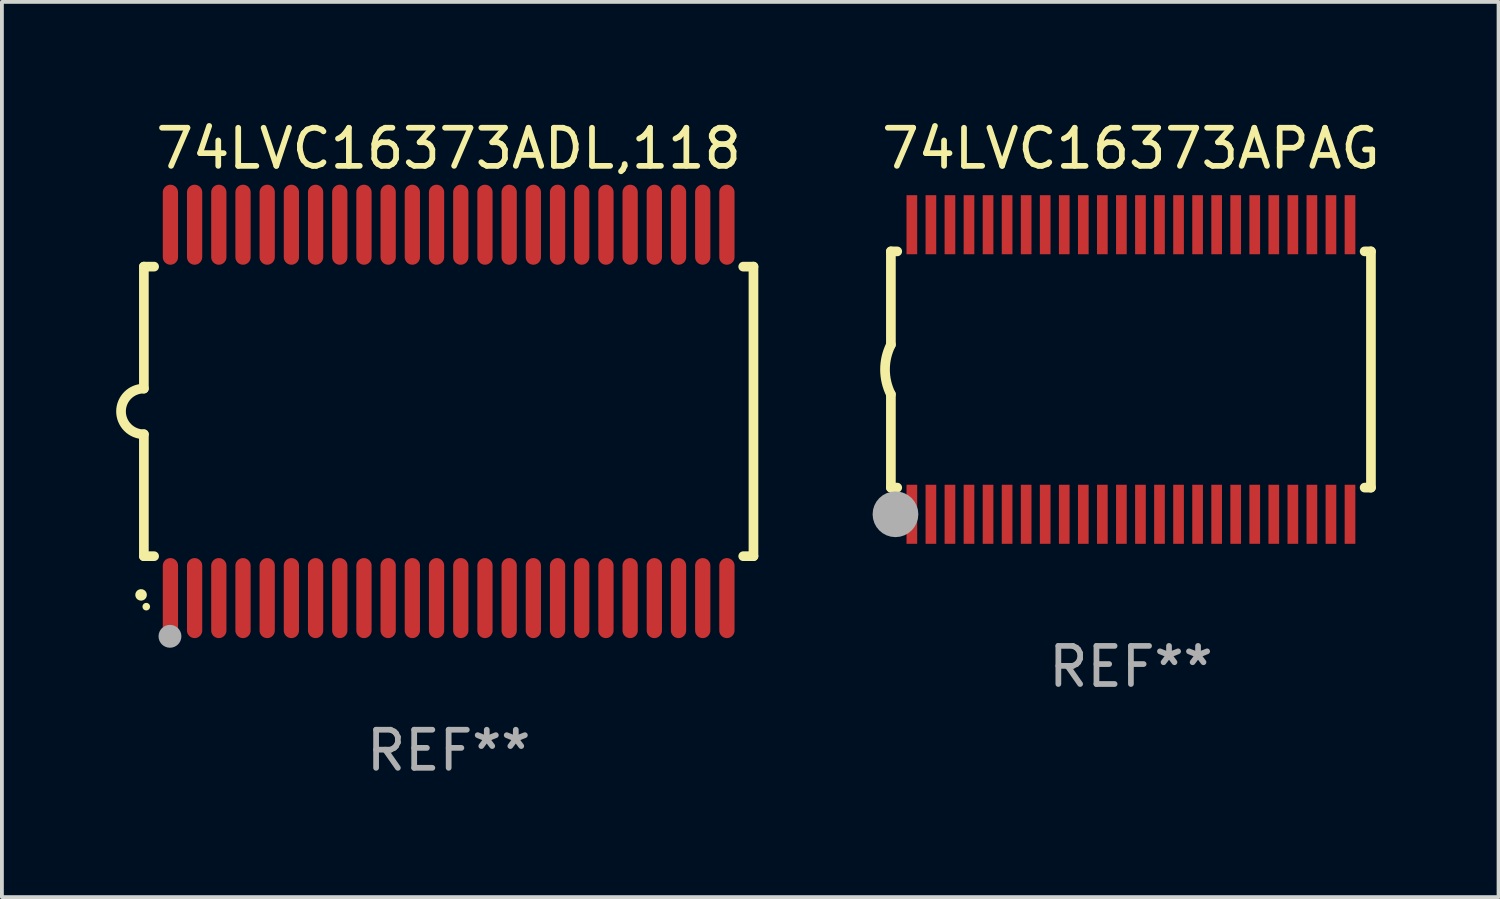
<source format=kicad_pcb>
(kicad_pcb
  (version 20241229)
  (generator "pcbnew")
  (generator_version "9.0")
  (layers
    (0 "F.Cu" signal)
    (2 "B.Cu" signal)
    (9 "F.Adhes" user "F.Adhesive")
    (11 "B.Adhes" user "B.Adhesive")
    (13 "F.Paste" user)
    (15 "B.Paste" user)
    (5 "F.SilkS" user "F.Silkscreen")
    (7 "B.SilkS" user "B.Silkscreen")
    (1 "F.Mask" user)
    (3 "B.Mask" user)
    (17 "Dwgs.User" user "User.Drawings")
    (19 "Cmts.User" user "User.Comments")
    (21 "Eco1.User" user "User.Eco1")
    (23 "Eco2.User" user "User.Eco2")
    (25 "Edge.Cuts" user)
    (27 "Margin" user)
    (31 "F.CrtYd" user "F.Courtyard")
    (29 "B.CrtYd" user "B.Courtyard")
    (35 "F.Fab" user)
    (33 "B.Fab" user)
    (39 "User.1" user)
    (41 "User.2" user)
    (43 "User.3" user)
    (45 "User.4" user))
  (footprint "74LVC16373APAG"
    (layer "F.Cu")
    (at 26.633 6.648)
    (property "Reference" "74LVC16373APAG" (at 0 -5.8 0) (layer "F.SilkS") (effects (font (size 1 1) (thickness 0.15))))
    (attr through_hole)
    (fp_line (start -6.3 -3.1) (end -6.3 -0.65) (stroke (width 0.254) (type solid)) (layer "F.SilkS"))
    (fp_line (start -6.3 -3.1) (end -6.134 -3.1) (stroke (width 0.254) (type solid)) (layer "F.SilkS"))
    (fp_line (start -6.3 3.1) (end -6.3 0.65) (stroke (width 0.254) (type solid)) (layer "F.SilkS"))
    (fp_line (start -6.3 3.1) (end -6.134 3.1) (stroke (width 0.254) (type solid)) (layer "F.SilkS"))
    (fp_line (start 6.134 -3.1) (end 6.3 -3.1) (stroke (width 0.254) (type solid)) (layer "F.SilkS"))
    (fp_line (start 6.134 3.1) (end 6.3 3.1) (stroke (width 0.254) (type solid)) (layer "F.SilkS"))
    (fp_line (start 6.3 -3.1) (end 6.3 3.1) (stroke (width 0.254) (type solid)) (layer "F.SilkS"))
    (fp_arc (start -6.301016 0.650114) (mid -6.45413 -0.000082) (end -6.3 -0.650038) (stroke (width 0.254001) (type solid)) (layer "F.SilkS"))
    (fp_circle (center -6.35 3.81) (end -6.223 3.81) (stroke (width 0.254) (type solid)) (fill no) (layer "F.SilkS"))
    (fp_circle (center -6.25 4.05) (end -6.22 4.05) (stroke (width 0.06) (type solid)) (fill no) (layer "F.SilkS"))
    (fp_circle (center -6.18 3.8) (end -5.88 3.8) (stroke (width 0.6) (type solid)) (fill no) (layer "F.Fab"))
    (fp_text user "REF**" (at 0 7.8 0) (layer "F.Fab") (effects (font (size 1 1) (thickness 0.15))))
    (pad "1" smd rect (at -5.75 3.8) (size 0.28 1.55) (layers "F.Cu" "F.Mask" "F.Paste"))
    (pad "2" smd rect (at -5.25 3.8) (size 0.28 1.55) (layers "F.Cu" "F.Mask" "F.Paste"))
    (pad "3" smd rect (at -4.75 3.8) (size 0.28 1.55) (layers "F.Cu" "F.Mask" "F.Paste"))
    (pad "4" smd rect (at -4.25 3.8) (size 0.28 1.55) (layers "F.Cu" "F.Mask" "F.Paste"))
    (pad "5" smd rect (at -3.75 3.8) (size 0.28 1.55) (layers "F.Cu" "F.Mask" "F.Paste"))
    (pad "6" smd rect (at -3.25 3.8) (size 0.28 1.55) (layers "F.Cu" "F.Mask" "F.Paste"))
    (pad "7" smd rect (at -2.75 3.8) (size 0.28 1.55) (layers "F.Cu" "F.Mask" "F.Paste"))
    (pad "8" smd rect (at -2.25 3.8) (size 0.28 1.55) (layers "F.Cu" "F.Mask" "F.Paste"))
    (pad "9" smd rect (at -1.75 3.8) (size 0.28 1.55) (layers "F.Cu" "F.Mask" "F.Paste"))
    (pad "10" smd rect (at -1.25 3.8) (size 0.28 1.55) (layers "F.Cu" "F.Mask" "F.Paste"))
    (pad "11" smd rect (at -0.75 3.8) (size 0.28 1.55) (layers "F.Cu" "F.Mask" "F.Paste"))
    (pad "12" smd rect (at -0.25 3.8) (size 0.28 1.55) (layers "F.Cu" "F.Mask" "F.Paste"))
    (pad "13" smd rect (at 0.25 3.8) (size 0.28 1.55) (layers "F.Cu" "F.Mask" "F.Paste"))
    (pad "14" smd rect (at 0.75 3.8) (size 0.28 1.55) (layers "F.Cu" "F.Mask" "F.Paste"))
    (pad "15" smd rect (at 1.25 3.8) (size 0.28 1.55) (layers "F.Cu" "F.Mask" "F.Paste"))
    (pad "16" smd rect (at 1.75 3.8) (size 0.28 1.55) (layers "F.Cu" "F.Mask" "F.Paste"))
    (pad "17" smd rect (at 2.25 3.8) (size 0.28 1.55) (layers "F.Cu" "F.Mask" "F.Paste"))
    (pad "18" smd rect (at 2.75 3.8) (size 0.28 1.55) (layers "F.Cu" "F.Mask" "F.Paste"))
    (pad "19" smd rect (at 3.25 3.8) (size 0.28 1.55) (layers "F.Cu" "F.Mask" "F.Paste"))
    (pad "20" smd rect (at 3.75 3.8) (size 0.28 1.55) (layers "F.Cu" "F.Mask" "F.Paste"))
    (pad "21" smd rect (at 4.25 3.8) (size 0.28 1.55) (layers "F.Cu" "F.Mask" "F.Paste"))
    (pad "22" smd rect (at 4.75 3.8) (size 0.28 1.55) (layers "F.Cu" "F.Mask" "F.Paste"))
    (pad "23" smd rect (at 5.25 3.8) (size 0.28 1.55) (layers "F.Cu" "F.Mask" "F.Paste"))
    (pad "24" smd rect (at 5.75 3.8) (size 0.28 1.55) (layers "F.Cu" "F.Mask" "F.Paste"))
    (pad "25" smd rect (at 5.75 -3.8) (size 0.28 1.55) (layers "F.Cu" "F.Mask" "F.Paste"))
    (pad "26" smd rect (at 5.25 -3.8) (size 0.28 1.55) (layers "F.Cu" "F.Mask" "F.Paste"))
    (pad "27" smd rect (at 4.75 -3.8) (size 0.28 1.55) (layers "F.Cu" "F.Mask" "F.Paste"))
    (pad "28" smd rect (at 4.25 -3.8) (size 0.28 1.55) (layers "F.Cu" "F.Mask" "F.Paste"))
    (pad "29" smd rect (at 3.75 -3.8) (size 0.28 1.55) (layers "F.Cu" "F.Mask" "F.Paste"))
    (pad "30" smd rect (at 3.25 -3.8) (size 0.28 1.55) (layers "F.Cu" "F.Mask" "F.Paste"))
    (pad "31" smd rect (at 2.75 -3.8) (size 0.28 1.55) (layers "F.Cu" "F.Mask" "F.Paste"))
    (pad "32" smd rect (at 2.25 -3.8) (size 0.28 1.55) (layers "F.Cu" "F.Mask" "F.Paste"))
    (pad "33" smd rect (at 1.75 -3.8) (size 0.28 1.55) (layers "F.Cu" "F.Mask" "F.Paste"))
    (pad "34" smd rect (at 1.25 -3.8) (size 0.28 1.55) (layers "F.Cu" "F.Mask" "F.Paste"))
    (pad "35" smd rect (at 0.75 -3.8) (size 0.28 1.55) (layers "F.Cu" "F.Mask" "F.Paste"))
    (pad "36" smd rect (at 0.25 -3.8) (size 0.28 1.55) (layers "F.Cu" "F.Mask" "F.Paste"))
    (pad "37" smd rect (at -0.25 -3.8) (size 0.28 1.55) (layers "F.Cu" "F.Mask" "F.Paste"))
    (pad "38" smd rect (at -0.75 -3.8) (size 0.28 1.55) (layers "F.Cu" "F.Mask" "F.Paste"))
    (pad "39" smd rect (at -1.25 -3.8) (size 0.28 1.55) (layers "F.Cu" "F.Mask" "F.Paste"))
    (pad "40" smd rect (at -1.75 -3.8) (size 0.28 1.55) (layers "F.Cu" "F.Mask" "F.Paste"))
    (pad "41" smd rect (at -2.25 -3.8) (size 0.28 1.55) (layers "F.Cu" "F.Mask" "F.Paste"))
    (pad "42" smd rect (at -2.75 -3.8) (size 0.28 1.55) (layers "F.Cu" "F.Mask" "F.Paste"))
    (pad "43" smd rect (at -3.25 -3.8) (size 0.28 1.55) (layers "F.Cu" "F.Mask" "F.Paste"))
    (pad "44" smd rect (at -3.75 -3.8) (size 0.28 1.55) (layers "F.Cu" "F.Mask" "F.Paste"))
    (pad "45" smd rect (at -4.25 -3.8) (size 0.28 1.55) (layers "F.Cu" "F.Mask" "F.Paste"))
    (pad "46" smd rect (at -4.75 -3.8) (size 0.28 1.55) (layers "F.Cu" "F.Mask" "F.Paste"))
    (pad "47" smd rect (at -5.25 -3.8) (size 0.28 1.55) (layers "F.Cu" "F.Mask" "F.Paste"))
    (pad "48" smd rect (at -5.75 -3.8) (size 0.28 1.55) (layers "F.Cu" "F.Mask" "F.Paste")))
  (footprint "74LVC16373ADL,118"
    (layer "F.Cu")
    (at 8.726 7.748)
    (property "Reference" "74LVC16373ADL,118" (at 0 -6.9 0) (layer "F.SilkS") (effects (font (size 1 1) (thickness 0.15))))
    (attr through_hole)
    (fp_line (start -8 -3.8) (end -8 -0.599) (stroke (width 0.254) (type solid)) (layer "F.SilkS"))
    (fp_line (start -8 -3.8) (end -7.731 -3.8) (stroke (width 0.254) (type solid)) (layer "F.SilkS"))
    (fp_line (start -8 3.8) (end -8 0.599) (stroke (width 0.254) (type solid)) (layer "F.SilkS"))
    (fp_line (start -7.731 3.8) (end -8 3.8) (stroke (width 0.254) (type solid)) (layer "F.SilkS"))
    (fp_line (start 7.731 -3.8) (end 8 -3.8) (stroke (width 0.254) (type solid)) (layer "F.SilkS"))
    (fp_line (start 8 -3.8) (end 8 3.8) (stroke (width 0.254) (type solid)) (layer "F.SilkS"))
    (fp_line (start 8 3.8) (end 7.731 3.8) (stroke (width 0.254) (type solid)) (layer "F.SilkS"))
    (fp_arc (start -8.074676 4.81585) (mid -8.073406 4.815845) (end -8.072136 4.81585) (stroke (width 0.3) (type solid)) (layer "F.SilkS"))
    (fp_arc (start -8.000025 0.6) (mid -8.598908 0.00056) (end -8.000027 -0.598882) (stroke (width 0.254001) (type solid)) (layer "F.SilkS"))
    (fp_circle (center -7.937 5.125) (end -7.887 5.125) (stroke (width 0.1) (type solid)) (fill no) (layer "F.SilkS"))
    (fp_circle (center -7.315 5.903) (end -7.165 5.903) (stroke (width 0.3) (type solid)) (fill no) (layer "F.Fab"))
    (fp_text user "REF**" (at 0 8.9 0) (layer "F.Fab") (effects (font (size 1 1) (thickness 0.15))))
    (pad "1" smd oval (at -7.303 4.9) (size 0.4 2.1) (layers "F.Cu" "F.Mask" "F.Paste"))
    (pad "2" smd oval (at -6.668 4.9) (size 0.4 2.1) (layers "F.Cu" "F.Mask" "F.Paste"))
    (pad "3" smd oval (at -6.033 4.9) (size 0.4 2.1) (layers "F.Cu" "F.Mask" "F.Paste"))
    (pad "4" smd oval (at -5.398 4.9) (size 0.4 2.1) (layers "F.Cu" "F.Mask" "F.Paste"))
    (pad "5" smd oval (at -4.763 4.9) (size 0.4 2.1) (layers "F.Cu" "F.Mask" "F.Paste"))
    (pad "6" smd oval (at -4.128 4.9) (size 0.4 2.1) (layers "F.Cu" "F.Mask" "F.Paste"))
    (pad "7" smd oval (at -3.493 4.9) (size 0.4 2.1) (layers "F.Cu" "F.Mask" "F.Paste"))
    (pad "8" smd oval (at -2.858 4.9) (size 0.4 2.1) (layers "F.Cu" "F.Mask" "F.Paste"))
    (pad "9" smd oval (at -2.223 4.9) (size 0.4 2.1) (layers "F.Cu" "F.Mask" "F.Paste"))
    (pad "10" smd oval (at -1.588 4.9) (size 0.4 2.1) (layers "F.Cu" "F.Mask" "F.Paste"))
    (pad "11" smd oval (at -0.953 4.9) (size 0.4 2.1) (layers "F.Cu" "F.Mask" "F.Paste"))
    (pad "12" smd oval (at -0.318 4.9) (size 0.4 2.1) (layers "F.Cu" "F.Mask" "F.Paste"))
    (pad "13" smd oval (at 0.318 4.9) (size 0.4 2.1) (layers "F.Cu" "F.Mask" "F.Paste"))
    (pad "14" smd oval (at 0.953 4.9) (size 0.4 2.1) (layers "F.Cu" "F.Mask" "F.Paste"))
    (pad "15" smd oval (at 1.588 4.9) (size 0.4 2.1) (layers "F.Cu" "F.Mask" "F.Paste"))
    (pad "16" smd oval (at 2.223 4.9) (size 0.4 2.1) (layers "F.Cu" "F.Mask" "F.Paste"))
    (pad "17" smd oval (at 2.858 4.9) (size 0.4 2.1) (layers "F.Cu" "F.Mask" "F.Paste"))
    (pad "18" smd oval (at 3.493 4.9) (size 0.4 2.1) (layers "F.Cu" "F.Mask" "F.Paste"))
    (pad "19" smd oval (at 4.128 4.9) (size 0.4 2.1) (layers "F.Cu" "F.Mask" "F.Paste"))
    (pad "20" smd oval (at 4.763 4.9) (size 0.4 2.1) (layers "F.Cu" "F.Mask" "F.Paste"))
    (pad "21" smd oval (at 5.398 4.9) (size 0.4 2.1) (layers "F.Cu" "F.Mask" "F.Paste"))
    (pad "22" smd oval (at 6.033 4.9) (size 0.4 2.1) (layers "F.Cu" "F.Mask" "F.Paste"))
    (pad "23" smd oval (at 6.668 4.9) (size 0.4 2.1) (layers "F.Cu" "F.Mask" "F.Paste"))
    (pad "24" smd oval (at 7.303 4.9) (size 0.4 2.1) (layers "F.Cu" "F.Mask" "F.Paste"))
    (pad "25" smd oval (at 7.303 -4.9 180) (size 0.4 2.1) (layers "F.Cu" "F.Mask" "F.Paste"))
    (pad "26" smd oval (at 6.668 -4.9 180) (size 0.4 2.1) (layers "F.Cu" "F.Mask" "F.Paste"))
    (pad "27" smd oval (at 6.033 -4.9 180) (size 0.4 2.1) (layers "F.Cu" "F.Mask" "F.Paste"))
    (pad "28" smd oval (at 5.398 -4.9 180) (size 0.4 2.1) (layers "F.Cu" "F.Mask" "F.Paste"))
    (pad "29" smd oval (at 4.763 -4.9 180) (size 0.4 2.1) (layers "F.Cu" "F.Mask" "F.Paste"))
    (pad "30" smd oval (at 4.128 -4.9 180) (size 0.4 2.1) (layers "F.Cu" "F.Mask" "F.Paste"))
    (pad "31" smd oval (at 3.493 -4.9 180) (size 0.4 2.1) (layers "F.Cu" "F.Mask" "F.Paste"))
    (pad "32" smd oval (at 2.858 -4.9 180) (size 0.4 2.1) (layers "F.Cu" "F.Mask" "F.Paste"))
    (pad "33" smd oval (at 2.223 -4.9 180) (size 0.4 2.1) (layers "F.Cu" "F.Mask" "F.Paste"))
    (pad "34" smd oval (at 1.588 -4.9 180) (size 0.4 2.1) (layers "F.Cu" "F.Mask" "F.Paste"))
    (pad "35" smd oval (at 0.953 -4.9 180) (size 0.4 2.1) (layers "F.Cu" "F.Mask" "F.Paste"))
    (pad "36" smd oval (at 0.318 -4.9 180) (size 0.4 2.1) (layers "F.Cu" "F.Mask" "F.Paste"))
    (pad "37" smd oval (at -0.318 -4.9 180) (size 0.4 2.1) (layers "F.Cu" "F.Mask" "F.Paste"))
    (pad "38" smd oval (at -0.953 -4.9 180) (size 0.4 2.1) (layers "F.Cu" "F.Mask" "F.Paste"))
    (pad "39" smd oval (at -1.588 -4.9 180) (size 0.4 2.1) (layers "F.Cu" "F.Mask" "F.Paste"))
    (pad "40" smd oval (at -2.223 -4.9 180) (size 0.4 2.1) (layers "F.Cu" "F.Mask" "F.Paste"))
    (pad "41" smd oval (at -2.858 -4.9 180) (size 0.4 2.1) (layers "F.Cu" "F.Mask" "F.Paste"))
    (pad "42" smd oval (at -3.493 -4.9 180) (size 0.4 2.1) (layers "F.Cu" "F.Mask" "F.Paste"))
    (pad "43" smd oval (at -4.128 -4.9 180) (size 0.4 2.1) (layers "F.Cu" "F.Mask" "F.Paste"))
    (pad "44" smd oval (at -4.763 -4.9 180) (size 0.4 2.1) (layers "F.Cu" "F.Mask" "F.Paste"))
    (pad "45" smd oval (at -5.398 -4.9 180) (size 0.4 2.1) (layers "F.Cu" "F.Mask" "F.Paste"))
    (pad "46" smd oval (at -6.033 -4.9 180) (size 0.4 2.1) (layers "F.Cu" "F.Mask" "F.Paste"))
    (pad "47" smd oval (at -6.668 -4.9 180) (size 0.4 2.1) (layers "F.Cu" "F.Mask" "F.Paste"))
    (pad "48" smd oval (at -7.303 -4.9 180) (size 0.4 2.1) (layers "F.Cu" "F.Mask" "F.Paste")))
  (gr_rect
    (start -3 -3)
    (end 36.282 20.496)
    (stroke (width 0.1) (type default))
    (fill no)
    (layer "Edge.Cuts")))
</source>
